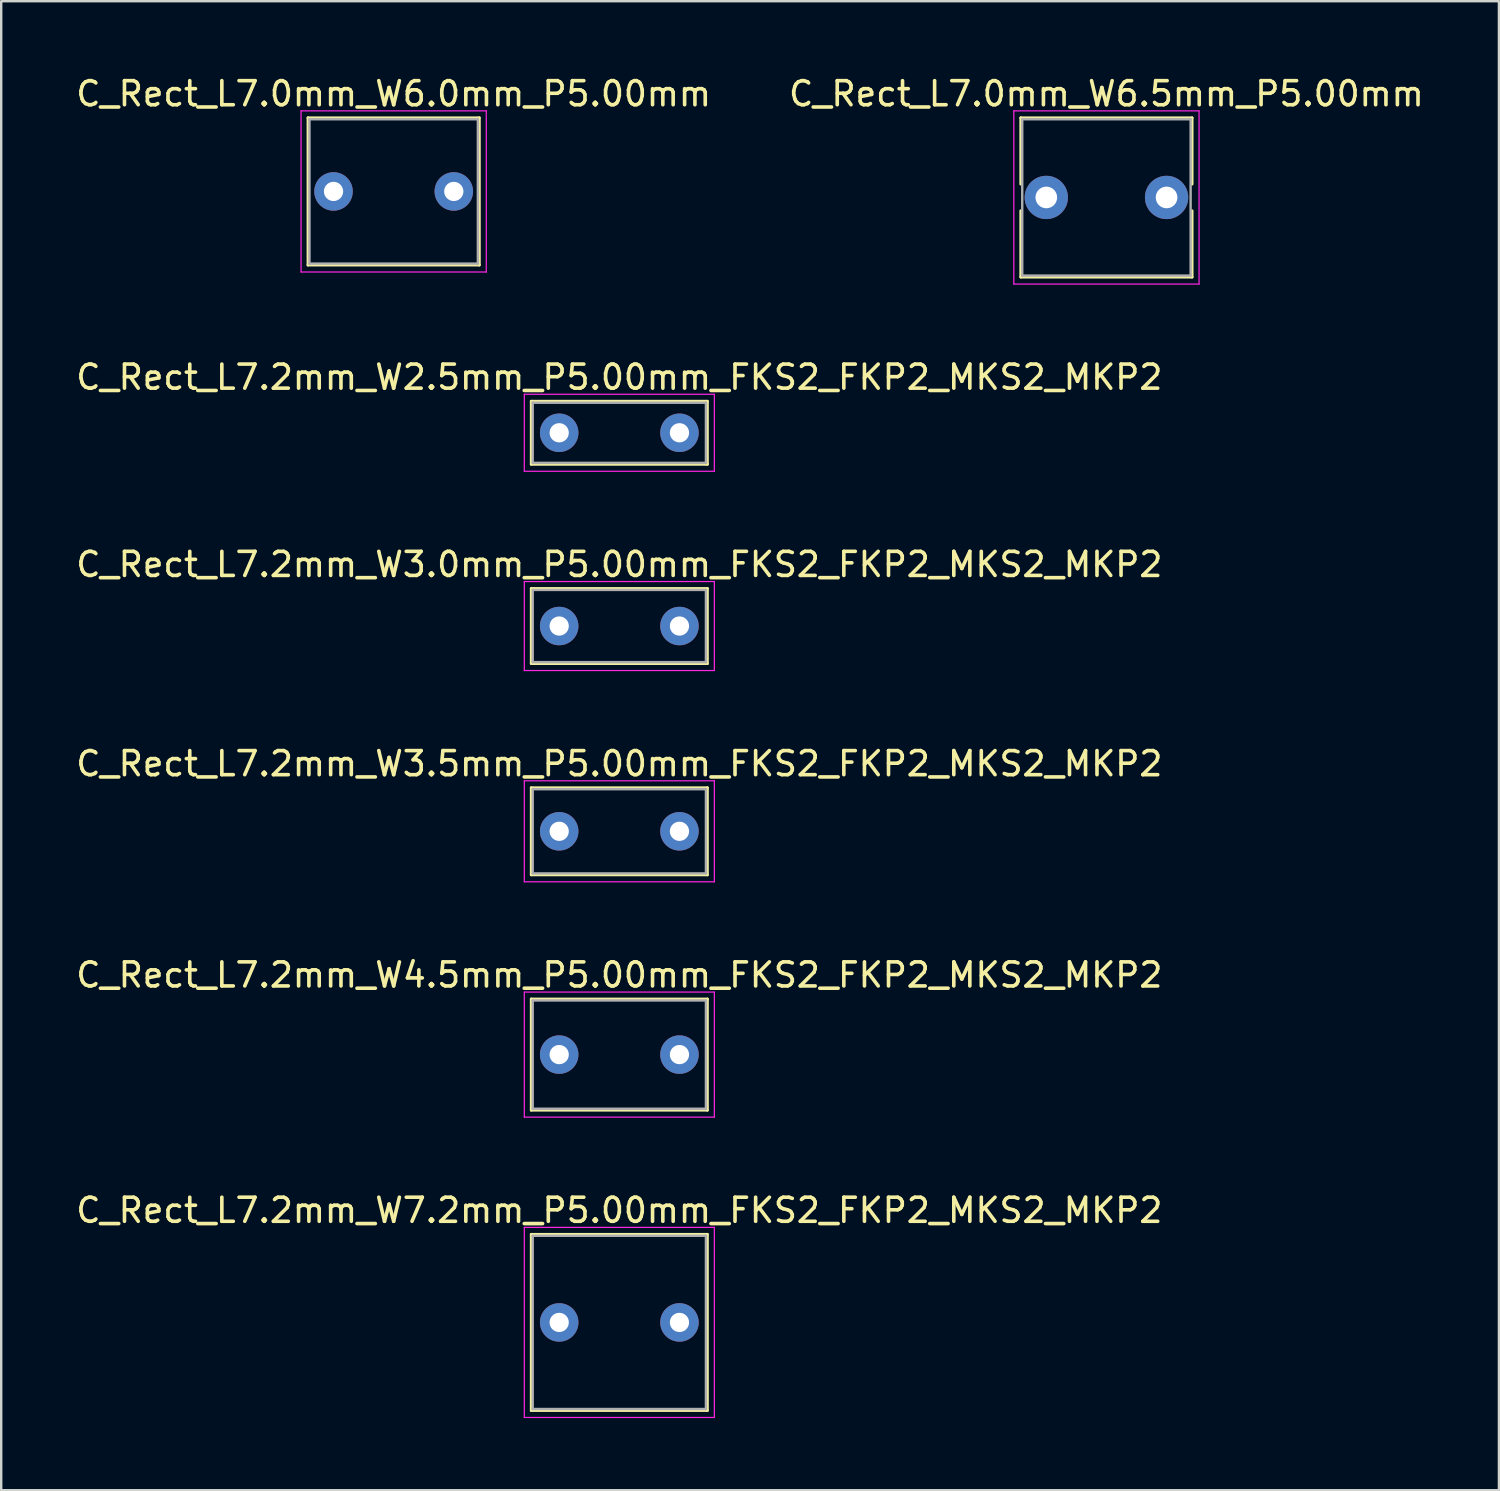
<source format=kicad_pcb>
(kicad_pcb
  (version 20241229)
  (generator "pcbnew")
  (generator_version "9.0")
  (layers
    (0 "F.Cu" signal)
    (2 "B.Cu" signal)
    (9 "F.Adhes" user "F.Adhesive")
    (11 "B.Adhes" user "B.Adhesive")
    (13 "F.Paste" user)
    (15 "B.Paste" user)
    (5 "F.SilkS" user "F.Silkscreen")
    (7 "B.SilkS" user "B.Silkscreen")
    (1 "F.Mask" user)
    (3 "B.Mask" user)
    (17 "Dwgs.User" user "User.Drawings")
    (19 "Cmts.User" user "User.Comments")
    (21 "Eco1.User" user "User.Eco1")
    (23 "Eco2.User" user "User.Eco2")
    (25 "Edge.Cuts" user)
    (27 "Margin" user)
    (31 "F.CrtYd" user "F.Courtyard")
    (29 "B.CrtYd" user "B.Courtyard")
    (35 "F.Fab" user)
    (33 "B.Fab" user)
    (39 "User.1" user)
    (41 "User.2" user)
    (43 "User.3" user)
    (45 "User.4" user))
  (footprint "C_Rect_L7.0mm_W6.0mm_P5.00mm"
    (layer "F.Cu")
    (at 10.815 4.908)
    (property "Reference" "C_Rect_L7.0mm_W6.0mm_P5.00mm" (at 2.5 -4.06 0) (layer "F.SilkS") (effects (font (size 1 1) (thickness 0.15))))
    (attr through_hole)
    (fp_line (start -1.06 -3.06) (end -1.06 3.06) (stroke (width 0.12) (type solid)) (layer "F.SilkS"))
    (fp_line (start -1.06 -3.06) (end 6.06 -3.06) (stroke (width 0.12) (type solid)) (layer "F.SilkS"))
    (fp_line (start -1.06 3.06) (end 6.06 3.06) (stroke (width 0.12) (type solid)) (layer "F.SilkS"))
    (fp_line (start 6.06 -3.06) (end 6.06 3.06) (stroke (width 0.12) (type solid)) (layer "F.SilkS"))
    (fp_line (start -1.35 -3.35) (end -1.35 3.35) (stroke (width 0.05) (type solid)) (layer "F.CrtYd"))
    (fp_line (start -1.35 3.35) (end 6.35 3.35) (stroke (width 0.05) (type solid)) (layer "F.CrtYd"))
    (fp_line (start 6.35 -3.35) (end -1.35 -3.35) (stroke (width 0.05) (type solid)) (layer "F.CrtYd"))
    (fp_line (start 6.35 3.35) (end 6.35 -3.35) (stroke (width 0.05) (type solid)) (layer "F.CrtYd"))
    (fp_line (start -1 -3) (end -1 3) (stroke (width 0.1) (type solid)) (layer "F.Fab"))
    (fp_line (start -1 3) (end 6 3) (stroke (width 0.1) (type solid)) (layer "F.Fab"))
    (fp_line (start 6 -3) (end -1 -3) (stroke (width 0.1) (type solid)) (layer "F.Fab"))
    (fp_line (start 6 3) (end 6 -3) (stroke (width 0.1) (type solid)) (layer "F.Fab"))
    (pad "1" thru_hole circle (at 0 0) (size 1.6 1.6) (drill 0.8) (layers "*.Cu" "*.Mask"))
    (pad "2" thru_hole circle (at 5 0) (size 1.6 1.6) (drill 0.8) (layers "*.Cu" "*.Mask")))
  (footprint "C_Rect_L7.2mm_W2.5mm_P5.00mm_FKS2_FKP2_MKS2_MKP2"
    (layer "F.Cu")
    (at 20.196 14.941)
    (property "Reference" "C_Rect_L7.2mm_W2.5mm_P5.00mm_FKS2_FKP2_MKS2_MKP2" (at 2.5 -2.31 0) (layer "F.SilkS") (effects (font (size 1 1) (thickness 0.15))))
    (attr through_hole)
    (fp_line (start -1.16 -1.31) (end -1.16 1.31) (stroke (width 0.12) (type solid)) (layer "F.SilkS"))
    (fp_line (start -1.16 -1.31) (end 6.16 -1.31) (stroke (width 0.12) (type solid)) (layer "F.SilkS"))
    (fp_line (start -1.16 1.31) (end 6.16 1.31) (stroke (width 0.12) (type solid)) (layer "F.SilkS"))
    (fp_line (start 6.16 -1.31) (end 6.16 1.31) (stroke (width 0.12) (type solid)) (layer "F.SilkS"))
    (fp_line (start -1.45 -1.6) (end -1.45 1.6) (stroke (width 0.05) (type solid)) (layer "F.CrtYd"))
    (fp_line (start -1.45 1.6) (end 6.45 1.6) (stroke (width 0.05) (type solid)) (layer "F.CrtYd"))
    (fp_line (start 6.45 -1.6) (end -1.45 -1.6) (stroke (width 0.05) (type solid)) (layer "F.CrtYd"))
    (fp_line (start 6.45 1.6) (end 6.45 -1.6) (stroke (width 0.05) (type solid)) (layer "F.CrtYd"))
    (fp_line (start -1.1 -1.25) (end -1.1 1.25) (stroke (width 0.1) (type solid)) (layer "F.Fab"))
    (fp_line (start -1.1 1.25) (end 6.1 1.25) (stroke (width 0.1) (type solid)) (layer "F.Fab"))
    (fp_line (start 6.1 -1.25) (end -1.1 -1.25) (stroke (width 0.1) (type solid)) (layer "F.Fab"))
    (fp_line (start 6.1 1.25) (end 6.1 -1.25) (stroke (width 0.1) (type solid)) (layer "F.Fab"))
    (pad "1" thru_hole circle (at 0 0) (size 1.6 1.6) (drill 0.8) (layers "*.Cu" "*.Mask"))
    (pad "2" thru_hole circle (at 5 0) (size 1.6 1.6) (drill 0.8) (layers "*.Cu" "*.Mask")))
  (footprint "C_Rect_L7.2mm_W3.0mm_P5.00mm_FKS2_FKP2_MKS2_MKP2"
    (layer "F.Cu")
    (at 20.196 22.975)
    (property "Reference" "C_Rect_L7.2mm_W3.0mm_P5.00mm_FKS2_FKP2_MKS2_MKP2" (at 2.5 -2.56 0) (layer "F.SilkS") (effects (font (size 1 1) (thickness 0.15))))
    (attr through_hole)
    (fp_line (start -1.16 -1.56) (end -1.16 1.56) (stroke (width 0.12) (type solid)) (layer "F.SilkS"))
    (fp_line (start -1.16 -1.56) (end 6.16 -1.56) (stroke (width 0.12) (type solid)) (layer "F.SilkS"))
    (fp_line (start -1.16 1.56) (end 6.16 1.56) (stroke (width 0.12) (type solid)) (layer "F.SilkS"))
    (fp_line (start 6.16 -1.56) (end 6.16 1.56) (stroke (width 0.12) (type solid)) (layer "F.SilkS"))
    (fp_line (start -1.45 -1.85) (end -1.45 1.85) (stroke (width 0.05) (type solid)) (layer "F.CrtYd"))
    (fp_line (start -1.45 1.85) (end 6.45 1.85) (stroke (width 0.05) (type solid)) (layer "F.CrtYd"))
    (fp_line (start 6.45 -1.85) (end -1.45 -1.85) (stroke (width 0.05) (type solid)) (layer "F.CrtYd"))
    (fp_line (start 6.45 1.85) (end 6.45 -1.85) (stroke (width 0.05) (type solid)) (layer "F.CrtYd"))
    (fp_line (start -1.1 -1.5) (end -1.1 1.5) (stroke (width 0.1) (type solid)) (layer "F.Fab"))
    (fp_line (start -1.1 1.5) (end 6.1 1.5) (stroke (width 0.1) (type solid)) (layer "F.Fab"))
    (fp_line (start 6.1 -1.5) (end -1.1 -1.5) (stroke (width 0.1) (type solid)) (layer "F.Fab"))
    (fp_line (start 6.1 1.5) (end 6.1 -1.5) (stroke (width 0.1) (type solid)) (layer "F.Fab"))
    (pad "1" thru_hole circle (at 0 0) (size 1.6 1.6) (drill 0.8) (layers "*.Cu" "*.Mask"))
    (pad "2" thru_hole circle (at 5 0) (size 1.6 1.6) (drill 0.8) (layers "*.Cu" "*.Mask")))
  (footprint "C_Rect_L7.2mm_W7.2mm_P5.00mm_FKS2_FKP2_MKS2_MKP2"
    (layer "F.Cu")
    (at 20.196 51.925)
    (property "Reference" "C_Rect_L7.2mm_W7.2mm_P5.00mm_FKS2_FKP2_MKS2_MKP2" (at 2.5 -4.66 0) (layer "F.SilkS") (effects (font (size 1 1) (thickness 0.15))))
    (attr through_hole)
    (fp_line (start -1.16 -3.66) (end -1.16 3.66) (stroke (width 0.12) (type solid)) (layer "F.SilkS"))
    (fp_line (start -1.16 -3.66) (end 6.16 -3.66) (stroke (width 0.12) (type solid)) (layer "F.SilkS"))
    (fp_line (start -1.16 3.66) (end 6.16 3.66) (stroke (width 0.12) (type solid)) (layer "F.SilkS"))
    (fp_line (start 6.16 -3.66) (end 6.16 3.66) (stroke (width 0.12) (type solid)) (layer "F.SilkS"))
    (fp_line (start -1.45 -3.95) (end -1.45 3.95) (stroke (width 0.05) (type solid)) (layer "F.CrtYd"))
    (fp_line (start -1.45 3.95) (end 6.45 3.95) (stroke (width 0.05) (type solid)) (layer "F.CrtYd"))
    (fp_line (start 6.45 -3.95) (end -1.45 -3.95) (stroke (width 0.05) (type solid)) (layer "F.CrtYd"))
    (fp_line (start 6.45 3.95) (end 6.45 -3.95) (stroke (width 0.05) (type solid)) (layer "F.CrtYd"))
    (fp_line (start -1.1 -3.6) (end -1.1 3.6) (stroke (width 0.1) (type solid)) (layer "F.Fab"))
    (fp_line (start -1.1 3.6) (end 6.1 3.6) (stroke (width 0.1) (type solid)) (layer "F.Fab"))
    (fp_line (start 6.1 -3.6) (end -1.1 -3.6) (stroke (width 0.1) (type solid)) (layer "F.Fab"))
    (fp_line (start 6.1 3.6) (end 6.1 -3.6) (stroke (width 0.1) (type solid)) (layer "F.Fab"))
    (pad "1" thru_hole circle (at 0 0) (size 1.6 1.6) (drill 0.8) (layers "*.Cu" "*.Mask"))
    (pad "2" thru_hole circle (at 5 0) (size 1.6 1.6) (drill 0.8) (layers "*.Cu" "*.Mask")))
  (footprint "C_Rect_L7.0mm_W6.5mm_P5.00mm"
    (layer "F.Cu")
    (at 40.446 5.158)
    (property "Reference" "C_Rect_L7.0mm_W6.5mm_P5.00mm" (at 2.5 -4.31 0) (layer "F.SilkS") (effects (font (size 1 1) (thickness 0.15))))
    (attr through_hole)
    (fp_line (start -1.06 -3.31) (end -1.06 -0.555) (stroke (width 0.12) (type solid)) (layer "F.SilkS"))
    (fp_line (start -1.06 -3.31) (end 6.06 -3.31) (stroke (width 0.12) (type solid)) (layer "F.SilkS"))
    (fp_line (start -1.06 0.555) (end -1.06 3.31) (stroke (width 0.12) (type solid)) (layer "F.SilkS"))
    (fp_line (start -1.06 3.31) (end 6.06 3.31) (stroke (width 0.12) (type solid)) (layer "F.SilkS"))
    (fp_line (start 6.06 -3.31) (end 6.06 -0.555) (stroke (width 0.12) (type solid)) (layer "F.SilkS"))
    (fp_line (start 6.06 0.555) (end 6.06 3.31) (stroke (width 0.12) (type solid)) (layer "F.SilkS"))
    (fp_line (start -1.35 -3.6) (end -1.35 3.6) (stroke (width 0.05) (type solid)) (layer "F.CrtYd"))
    (fp_line (start -1.35 3.6) (end 6.35 3.6) (stroke (width 0.05) (type solid)) (layer "F.CrtYd"))
    (fp_line (start 6.35 -3.6) (end -1.35 -3.6) (stroke (width 0.05) (type solid)) (layer "F.CrtYd"))
    (fp_line (start 6.35 3.6) (end 6.35 -3.6) (stroke (width 0.05) (type solid)) (layer "F.CrtYd"))
    (fp_line (start -1 -3.25) (end -1 3.25) (stroke (width 0.1) (type solid)) (layer "F.Fab"))
    (fp_line (start -1 3.25) (end 6 3.25) (stroke (width 0.1) (type solid)) (layer "F.Fab"))
    (fp_line (start 6 -3.25) (end -1 -3.25) (stroke (width 0.1) (type solid)) (layer "F.Fab"))
    (fp_line (start 6 3.25) (end 6 -3.25) (stroke (width 0.1) (type solid)) (layer "F.Fab"))
    (pad "1" thru_hole circle (at 0 0) (size 1.8 1.8) (drill 0.9) (layers "*.Cu" "*.Mask"))
    (pad "2" thru_hole circle (at 5 0) (size 1.8 1.8) (drill 0.9) (layers "*.Cu" "*.Mask")))
  (footprint "C_Rect_L7.2mm_W3.5mm_P5.00mm_FKS2_FKP2_MKS2_MKP2"
    (layer "F.Cu")
    (at 20.196 31.508)
    (property "Reference" "C_Rect_L7.2mm_W3.5mm_P5.00mm_FKS2_FKP2_MKS2_MKP2" (at 2.5 -2.81 0) (layer "F.SilkS") (effects (font (size 1 1) (thickness 0.15))))
    (attr through_hole)
    (fp_line (start -1.16 -1.81) (end -1.16 1.81) (stroke (width 0.12) (type solid)) (layer "F.SilkS"))
    (fp_line (start -1.16 -1.81) (end 6.16 -1.81) (stroke (width 0.12) (type solid)) (layer "F.SilkS"))
    (fp_line (start -1.16 1.81) (end 6.16 1.81) (stroke (width 0.12) (type solid)) (layer "F.SilkS"))
    (fp_line (start 6.16 -1.81) (end 6.16 1.81) (stroke (width 0.12) (type solid)) (layer "F.SilkS"))
    (fp_line (start -1.45 -2.1) (end -1.45 2.1) (stroke (width 0.05) (type solid)) (layer "F.CrtYd"))
    (fp_line (start -1.45 2.1) (end 6.45 2.1) (stroke (width 0.05) (type solid)) (layer "F.CrtYd"))
    (fp_line (start 6.45 -2.1) (end -1.45 -2.1) (stroke (width 0.05) (type solid)) (layer "F.CrtYd"))
    (fp_line (start 6.45 2.1) (end 6.45 -2.1) (stroke (width 0.05) (type solid)) (layer "F.CrtYd"))
    (fp_line (start -1.1 -1.75) (end -1.1 1.75) (stroke (width 0.1) (type solid)) (layer "F.Fab"))
    (fp_line (start -1.1 1.75) (end 6.1 1.75) (stroke (width 0.1) (type solid)) (layer "F.Fab"))
    (fp_line (start 6.1 -1.75) (end -1.1 -1.75) (stroke (width 0.1) (type solid)) (layer "F.Fab"))
    (fp_line (start 6.1 1.75) (end 6.1 -1.75) (stroke (width 0.1) (type solid)) (layer "F.Fab"))
    (pad "1" thru_hole circle (at 0 0) (size 1.6 1.6) (drill 0.8) (layers "*.Cu" "*.Mask"))
    (pad "2" thru_hole circle (at 5 0) (size 1.6 1.6) (drill 0.8) (layers "*.Cu" "*.Mask")))
  (footprint "C_Rect_L7.2mm_W4.5mm_P5.00mm_FKS2_FKP2_MKS2_MKP2"
    (layer "F.Cu")
    (at 20.196 40.791)
    (property "Reference" "C_Rect_L7.2mm_W4.5mm_P5.00mm_FKS2_FKP2_MKS2_MKP2" (at 2.5 -3.31 0) (layer "F.SilkS") (effects (font (size 1 1) (thickness 0.15))))
    (attr through_hole)
    (fp_line (start -1.16 -2.31) (end -1.16 2.31) (stroke (width 0.12) (type solid)) (layer "F.SilkS"))
    (fp_line (start -1.16 -2.31) (end 6.16 -2.31) (stroke (width 0.12) (type solid)) (layer "F.SilkS"))
    (fp_line (start -1.16 2.31) (end 6.16 2.31) (stroke (width 0.12) (type solid)) (layer "F.SilkS"))
    (fp_line (start 6.16 -2.31) (end 6.16 2.31) (stroke (width 0.12) (type solid)) (layer "F.SilkS"))
    (fp_line (start -1.45 -2.6) (end -1.45 2.6) (stroke (width 0.05) (type solid)) (layer "F.CrtYd"))
    (fp_line (start -1.45 2.6) (end 6.45 2.6) (stroke (width 0.05) (type solid)) (layer "F.CrtYd"))
    (fp_line (start 6.45 -2.6) (end -1.45 -2.6) (stroke (width 0.05) (type solid)) (layer "F.CrtYd"))
    (fp_line (start 6.45 2.6) (end 6.45 -2.6) (stroke (width 0.05) (type solid)) (layer "F.CrtYd"))
    (fp_line (start -1.1 -2.25) (end -1.1 2.25) (stroke (width 0.1) (type solid)) (layer "F.Fab"))
    (fp_line (start -1.1 2.25) (end 6.1 2.25) (stroke (width 0.1) (type solid)) (layer "F.Fab"))
    (fp_line (start 6.1 -2.25) (end -1.1 -2.25) (stroke (width 0.1) (type solid)) (layer "F.Fab"))
    (fp_line (start 6.1 2.25) (end 6.1 -2.25) (stroke (width 0.1) (type solid)) (layer "F.Fab"))
    (pad "1" thru_hole circle (at 0 0) (size 1.6 1.6) (drill 0.8) (layers "*.Cu" "*.Mask"))
    (pad "2" thru_hole circle (at 5 0) (size 1.6 1.6) (drill 0.8) (layers "*.Cu" "*.Mask")))
  (gr_rect
    (start -3 -3)
    (end 59.262 58.9)
    (stroke (width 0.1) (type default))
    (fill no)
    (layer "Edge.Cuts")))
</source>
